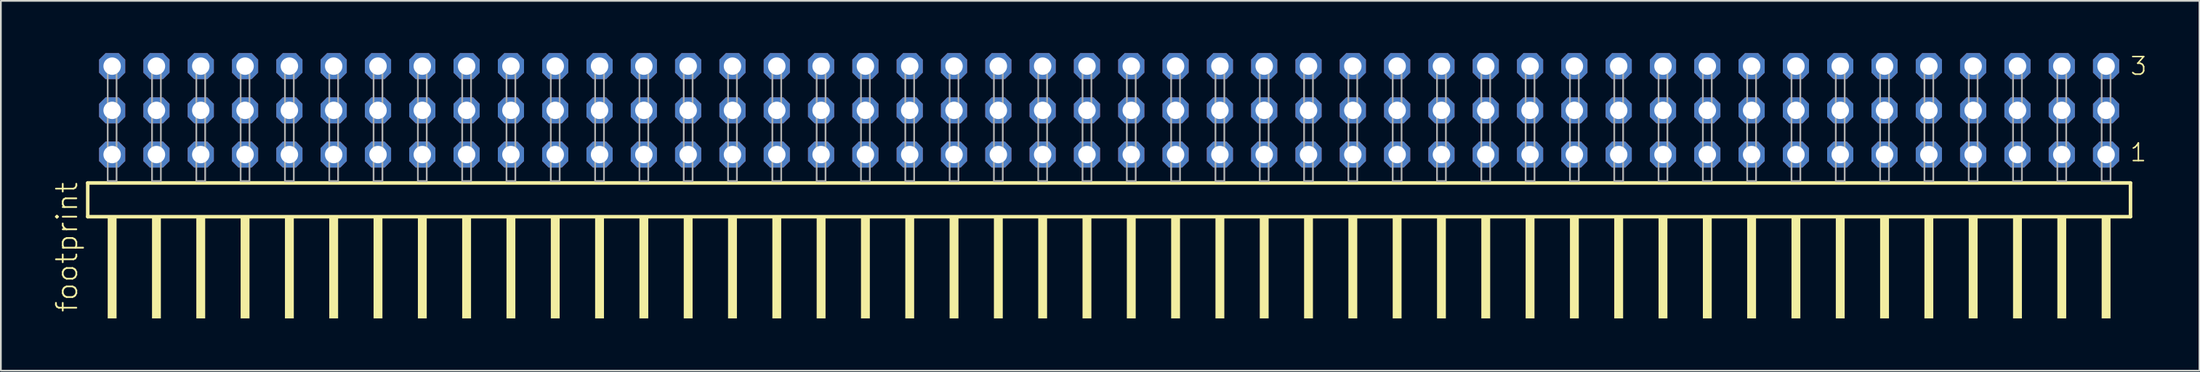
<source format=kicad_pcb>
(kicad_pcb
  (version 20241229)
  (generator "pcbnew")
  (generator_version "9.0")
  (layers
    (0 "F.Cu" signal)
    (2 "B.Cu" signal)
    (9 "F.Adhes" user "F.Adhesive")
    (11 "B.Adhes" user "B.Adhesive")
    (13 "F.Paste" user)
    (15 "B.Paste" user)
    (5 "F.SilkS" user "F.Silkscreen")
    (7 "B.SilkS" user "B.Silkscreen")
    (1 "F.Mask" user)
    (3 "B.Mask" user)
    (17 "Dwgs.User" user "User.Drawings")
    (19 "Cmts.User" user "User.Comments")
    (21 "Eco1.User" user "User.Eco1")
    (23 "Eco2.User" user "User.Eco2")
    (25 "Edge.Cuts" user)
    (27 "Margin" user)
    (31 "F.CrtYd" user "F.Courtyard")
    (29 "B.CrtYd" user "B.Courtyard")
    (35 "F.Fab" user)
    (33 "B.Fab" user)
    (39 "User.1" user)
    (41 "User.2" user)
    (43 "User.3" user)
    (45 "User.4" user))
  (footprint "footprint"
    (layer "F.Cu")
    (at 60.528 7.354)
    (property "Reference" "footprint" (at -59.055 7.62 90) (layer "F.SilkS") (effects (font (size 1.168 1.168) (thickness 0.102)) (justify left bottom)))
    (fp_line (start -58.549 0.106) (end -58.549 2.046) (stroke (width 0.203) (type solid)) (layer "F.SilkS"))
    (fp_line (start -58.549 2.046) (end 58.549 2.046) (stroke (width 0.203) (type solid)) (layer "F.SilkS"))
    (fp_line (start 58.549 0.106) (end -58.549 0.106) (stroke (width 0.203) (type solid)) (layer "F.SilkS"))
    (fp_line (start 58.549 2.046) (end 58.549 0.106) (stroke (width 0.203) (type solid)) (layer "F.SilkS"))
    (fp_poly (pts (xy -57.404 7.89) (xy -56.896 7.89) (xy -56.896 2.04) (xy -57.404 2.04)) (stroke (width 0) (type solid)) (fill yes) (layer "F.SilkS"))
    (fp_poly (pts (xy -54.864 7.89) (xy -54.356 7.89) (xy -54.356 2.04) (xy -54.864 2.04)) (stroke (width 0) (type solid)) (fill yes) (layer "F.SilkS"))
    (fp_poly (pts (xy -52.324 7.89) (xy -51.816 7.89) (xy -51.816 2.04) (xy -52.324 2.04)) (stroke (width 0) (type solid)) (fill yes) (layer "F.SilkS"))
    (fp_poly (pts (xy -49.784 7.89) (xy -49.276 7.89) (xy -49.276 2.04) (xy -49.784 2.04)) (stroke (width 0) (type solid)) (fill yes) (layer "F.SilkS"))
    (fp_poly (pts (xy -47.244 7.89) (xy -46.736 7.89) (xy -46.736 2.04) (xy -47.244 2.04)) (stroke (width 0) (type solid)) (fill yes) (layer "F.SilkS"))
    (fp_poly (pts (xy -44.704 7.89) (xy -44.196 7.89) (xy -44.196 2.04) (xy -44.704 2.04)) (stroke (width 0) (type solid)) (fill yes) (layer "F.SilkS"))
    (fp_poly (pts (xy -42.164 7.89) (xy -41.656 7.89) (xy -41.656 2.04) (xy -42.164 2.04)) (stroke (width 0) (type solid)) (fill yes) (layer "F.SilkS"))
    (fp_poly (pts (xy -39.624 7.89) (xy -39.116 7.89) (xy -39.116 2.04) (xy -39.624 2.04)) (stroke (width 0) (type solid)) (fill yes) (layer "F.SilkS"))
    (fp_poly (pts (xy -37.084 7.89) (xy -36.576 7.89) (xy -36.576 2.04) (xy -37.084 2.04)) (stroke (width 0) (type solid)) (fill yes) (layer "F.SilkS"))
    (fp_poly (pts (xy -34.544 7.89) (xy -34.036 7.89) (xy -34.036 2.04) (xy -34.544 2.04)) (stroke (width 0) (type solid)) (fill yes) (layer "F.SilkS"))
    (fp_poly (pts (xy -32.004 7.89) (xy -31.496 7.89) (xy -31.496 2.04) (xy -32.004 2.04)) (stroke (width 0) (type solid)) (fill yes) (layer "F.SilkS"))
    (fp_poly (pts (xy -29.464 7.89) (xy -28.956 7.89) (xy -28.956 2.04) (xy -29.464 2.04)) (stroke (width 0) (type solid)) (fill yes) (layer "F.SilkS"))
    (fp_poly (pts (xy -26.924 7.89) (xy -26.416 7.89) (xy -26.416 2.04) (xy -26.924 2.04)) (stroke (width 0) (type solid)) (fill yes) (layer "F.SilkS"))
    (fp_poly (pts (xy -24.384 7.89) (xy -23.876 7.89) (xy -23.876 2.04) (xy -24.384 2.04)) (stroke (width 0) (type solid)) (fill yes) (layer "F.SilkS"))
    (fp_poly (pts (xy -21.844 7.89) (xy -21.336 7.89) (xy -21.336 2.04) (xy -21.844 2.04)) (stroke (width 0) (type solid)) (fill yes) (layer "F.SilkS"))
    (fp_poly (pts (xy -19.304 7.89) (xy -18.796 7.89) (xy -18.796 2.04) (xy -19.304 2.04)) (stroke (width 0) (type solid)) (fill yes) (layer "F.SilkS"))
    (fp_poly (pts (xy -16.764 7.89) (xy -16.256 7.89) (xy -16.256 2.04) (xy -16.764 2.04)) (stroke (width 0) (type solid)) (fill yes) (layer "F.SilkS"))
    (fp_poly (pts (xy -14.224 7.89) (xy -13.716 7.89) (xy -13.716 2.04) (xy -14.224 2.04)) (stroke (width 0) (type solid)) (fill yes) (layer "F.SilkS"))
    (fp_poly (pts (xy -11.684 7.89) (xy -11.176 7.89) (xy -11.176 2.04) (xy -11.684 2.04)) (stroke (width 0) (type solid)) (fill yes) (layer "F.SilkS"))
    (fp_poly (pts (xy -9.144 7.89) (xy -8.636 7.89) (xy -8.636 2.04) (xy -9.144 2.04)) (stroke (width 0) (type solid)) (fill yes) (layer "F.SilkS"))
    (fp_poly (pts (xy -6.604 7.89) (xy -6.096 7.89) (xy -6.096 2.04) (xy -6.604 2.04)) (stroke (width 0) (type solid)) (fill yes) (layer "F.SilkS"))
    (fp_poly (pts (xy -4.064 7.89) (xy -3.556 7.89) (xy -3.556 2.04) (xy -4.064 2.04)) (stroke (width 0) (type solid)) (fill yes) (layer "F.SilkS"))
    (fp_poly (pts (xy -1.524 7.89) (xy -1.016 7.89) (xy -1.016 2.04) (xy -1.524 2.04)) (stroke (width 0) (type solid)) (fill yes) (layer "F.SilkS"))
    (fp_poly (pts (xy 1.016 7.89) (xy 1.524 7.89) (xy 1.524 2.04) (xy 1.016 2.04)) (stroke (width 0) (type solid)) (fill yes) (layer "F.SilkS"))
    (fp_poly (pts (xy 3.556 7.89) (xy 4.064 7.89) (xy 4.064 2.04) (xy 3.556 2.04)) (stroke (width 0) (type solid)) (fill yes) (layer "F.SilkS"))
    (fp_poly (pts (xy 6.096 7.89) (xy 6.604 7.89) (xy 6.604 2.04) (xy 6.096 2.04)) (stroke (width 0) (type solid)) (fill yes) (layer "F.SilkS"))
    (fp_poly (pts (xy 8.636 7.89) (xy 9.144 7.89) (xy 9.144 2.04) (xy 8.636 2.04)) (stroke (width 0) (type solid)) (fill yes) (layer "F.SilkS"))
    (fp_poly (pts (xy 11.176 7.89) (xy 11.684 7.89) (xy 11.684 2.04) (xy 11.176 2.04)) (stroke (width 0) (type solid)) (fill yes) (layer "F.SilkS"))
    (fp_poly (pts (xy 13.716 7.89) (xy 14.224 7.89) (xy 14.224 2.04) (xy 13.716 2.04)) (stroke (width 0) (type solid)) (fill yes) (layer "F.SilkS"))
    (fp_poly (pts (xy 16.256 7.89) (xy 16.764 7.89) (xy 16.764 2.04) (xy 16.256 2.04)) (stroke (width 0) (type solid)) (fill yes) (layer "F.SilkS"))
    (fp_poly (pts (xy 18.796 7.89) (xy 19.304 7.89) (xy 19.304 2.04) (xy 18.796 2.04)) (stroke (width 0) (type solid)) (fill yes) (layer "F.SilkS"))
    (fp_poly (pts (xy 21.336 7.89) (xy 21.844 7.89) (xy 21.844 2.04) (xy 21.336 2.04)) (stroke (width 0) (type solid)) (fill yes) (layer "F.SilkS"))
    (fp_poly (pts (xy 23.876 7.89) (xy 24.384 7.89) (xy 24.384 2.04) (xy 23.876 2.04)) (stroke (width 0) (type solid)) (fill yes) (layer "F.SilkS"))
    (fp_poly (pts (xy 26.416 7.89) (xy 26.924 7.89) (xy 26.924 2.04) (xy 26.416 2.04)) (stroke (width 0) (type solid)) (fill yes) (layer "F.SilkS"))
    (fp_poly (pts (xy 28.956 7.89) (xy 29.464 7.89) (xy 29.464 2.04) (xy 28.956 2.04)) (stroke (width 0) (type solid)) (fill yes) (layer "F.SilkS"))
    (fp_poly (pts (xy 31.496 7.89) (xy 32.004 7.89) (xy 32.004 2.04) (xy 31.496 2.04)) (stroke (width 0) (type solid)) (fill yes) (layer "F.SilkS"))
    (fp_poly (pts (xy 34.036 7.89) (xy 34.544 7.89) (xy 34.544 2.04) (xy 34.036 2.04)) (stroke (width 0) (type solid)) (fill yes) (layer "F.SilkS"))
    (fp_poly (pts (xy 36.576 7.89) (xy 37.084 7.89) (xy 37.084 2.04) (xy 36.576 2.04)) (stroke (width 0) (type solid)) (fill yes) (layer "F.SilkS"))
    (fp_poly (pts (xy 39.116 7.89) (xy 39.624 7.89) (xy 39.624 2.04) (xy 39.116 2.04)) (stroke (width 0) (type solid)) (fill yes) (layer "F.SilkS"))
    (fp_poly (pts (xy 41.656 7.89) (xy 42.164 7.89) (xy 42.164 2.04) (xy 41.656 2.04)) (stroke (width 0) (type solid)) (fill yes) (layer "F.SilkS"))
    (fp_poly (pts (xy 44.196 7.89) (xy 44.704 7.89) (xy 44.704 2.04) (xy 44.196 2.04)) (stroke (width 0) (type solid)) (fill yes) (layer "F.SilkS"))
    (fp_poly (pts (xy 46.736 7.89) (xy 47.244 7.89) (xy 47.244 2.04) (xy 46.736 2.04)) (stroke (width 0) (type solid)) (fill yes) (layer "F.SilkS"))
    (fp_poly (pts (xy 49.276 7.89) (xy 49.784 7.89) (xy 49.784 2.04) (xy 49.276 2.04)) (stroke (width 0) (type solid)) (fill yes) (layer "F.SilkS"))
    (fp_poly (pts (xy 51.816 7.89) (xy 52.324 7.89) (xy 52.324 2.04) (xy 51.816 2.04)) (stroke (width 0) (type solid)) (fill yes) (layer "F.SilkS"))
    (fp_poly (pts (xy 54.356 7.89) (xy 54.864 7.89) (xy 54.864 2.04) (xy 54.356 2.04)) (stroke (width 0) (type solid)) (fill yes) (layer "F.SilkS"))
    (fp_poly (pts (xy 56.896 7.89) (xy 57.404 7.89) (xy 57.404 2.04) (xy 56.896 2.04)) (stroke (width 0) (type solid)) (fill yes) (layer "F.SilkS"))
    (fp_poly (pts (xy -57.404 0) (xy -56.896 0) (xy -56.896 -6.858) (xy -57.404 -6.858)) (stroke (width 0.1) (type solid)) (fill no) (layer "F.Fab"))
    (fp_poly (pts (xy -54.864 0) (xy -54.356 0) (xy -54.356 -6.858) (xy -54.864 -6.858)) (stroke (width 0.1) (type solid)) (fill no) (layer "F.Fab"))
    (fp_poly (pts (xy -52.324 0) (xy -51.816 0) (xy -51.816 -6.858) (xy -52.324 -6.858)) (stroke (width 0.1) (type solid)) (fill no) (layer "F.Fab"))
    (fp_poly (pts (xy -49.784 0) (xy -49.276 0) (xy -49.276 -6.858) (xy -49.784 -6.858)) (stroke (width 0.1) (type solid)) (fill no) (layer "F.Fab"))
    (fp_poly (pts (xy -47.244 0) (xy -46.736 0) (xy -46.736 -6.858) (xy -47.244 -6.858)) (stroke (width 0.1) (type solid)) (fill no) (layer "F.Fab"))
    (fp_poly (pts (xy -44.704 0) (xy -44.196 0) (xy -44.196 -6.858) (xy -44.704 -6.858)) (stroke (width 0.1) (type solid)) (fill no) (layer "F.Fab"))
    (fp_poly (pts (xy -42.164 0) (xy -41.656 0) (xy -41.656 -6.858) (xy -42.164 -6.858)) (stroke (width 0.1) (type solid)) (fill no) (layer "F.Fab"))
    (fp_poly (pts (xy -39.624 0) (xy -39.116 0) (xy -39.116 -6.858) (xy -39.624 -6.858)) (stroke (width 0.1) (type solid)) (fill no) (layer "F.Fab"))
    (fp_poly (pts (xy -37.084 0) (xy -36.576 0) (xy -36.576 -6.858) (xy -37.084 -6.858)) (stroke (width 0.1) (type solid)) (fill no) (layer "F.Fab"))
    (fp_poly (pts (xy -34.544 0) (xy -34.036 0) (xy -34.036 -6.858) (xy -34.544 -6.858)) (stroke (width 0.1) (type solid)) (fill no) (layer "F.Fab"))
    (fp_poly (pts (xy -32.004 0) (xy -31.496 0) (xy -31.496 -6.858) (xy -32.004 -6.858)) (stroke (width 0.1) (type solid)) (fill no) (layer "F.Fab"))
    (fp_poly (pts (xy -29.464 0) (xy -28.956 0) (xy -28.956 -6.858) (xy -29.464 -6.858)) (stroke (width 0.1) (type solid)) (fill no) (layer "F.Fab"))
    (fp_poly (pts (xy -26.924 0) (xy -26.416 0) (xy -26.416 -6.858) (xy -26.924 -6.858)) (stroke (width 0.1) (type solid)) (fill no) (layer "F.Fab"))
    (fp_poly (pts (xy -24.384 0) (xy -23.876 0) (xy -23.876 -6.858) (xy -24.384 -6.858)) (stroke (width 0.1) (type solid)) (fill no) (layer "F.Fab"))
    (fp_poly (pts (xy -21.844 0) (xy -21.336 0) (xy -21.336 -6.858) (xy -21.844 -6.858)) (stroke (width 0.1) (type solid)) (fill no) (layer "F.Fab"))
    (fp_poly (pts (xy -19.304 0) (xy -18.796 0) (xy -18.796 -6.858) (xy -19.304 -6.858)) (stroke (width 0.1) (type solid)) (fill no) (layer "F.Fab"))
    (fp_poly (pts (xy -16.764 0) (xy -16.256 0) (xy -16.256 -6.858) (xy -16.764 -6.858)) (stroke (width 0.1) (type solid)) (fill no) (layer "F.Fab"))
    (fp_poly (pts (xy -14.224 0) (xy -13.716 0) (xy -13.716 -6.858) (xy -14.224 -6.858)) (stroke (width 0.1) (type solid)) (fill no) (layer "F.Fab"))
    (fp_poly (pts (xy -11.684 0) (xy -11.176 0) (xy -11.176 -6.858) (xy -11.684 -6.858)) (stroke (width 0.1) (type solid)) (fill no) (layer "F.Fab"))
    (fp_poly (pts (xy -9.144 0) (xy -8.636 0) (xy -8.636 -6.858) (xy -9.144 -6.858)) (stroke (width 0.1) (type solid)) (fill no) (layer "F.Fab"))
    (fp_poly (pts (xy -6.604 0) (xy -6.096 0) (xy -6.096 -6.858) (xy -6.604 -6.858)) (stroke (width 0.1) (type solid)) (fill no) (layer "F.Fab"))
    (fp_poly (pts (xy -4.064 0) (xy -3.556 0) (xy -3.556 -6.858) (xy -4.064 -6.858)) (stroke (width 0.1) (type solid)) (fill no) (layer "F.Fab"))
    (fp_poly (pts (xy -1.524 0) (xy -1.016 0) (xy -1.016 -6.858) (xy -1.524 -6.858)) (stroke (width 0.1) (type solid)) (fill no) (layer "F.Fab"))
    (fp_poly (pts (xy 1.016 0) (xy 1.524 0) (xy 1.524 -6.858) (xy 1.016 -6.858)) (stroke (width 0.1) (type solid)) (fill no) (layer "F.Fab"))
    (fp_poly (pts (xy 3.556 0) (xy 4.064 0) (xy 4.064 -6.858) (xy 3.556 -6.858)) (stroke (width 0.1) (type solid)) (fill no) (layer "F.Fab"))
    (fp_poly (pts (xy 6.096 0) (xy 6.604 0) (xy 6.604 -6.858) (xy 6.096 -6.858)) (stroke (width 0.1) (type solid)) (fill no) (layer "F.Fab"))
    (fp_poly (pts (xy 8.636 0) (xy 9.144 0) (xy 9.144 -6.858) (xy 8.636 -6.858)) (stroke (width 0.1) (type solid)) (fill no) (layer "F.Fab"))
    (fp_poly (pts (xy 11.176 0) (xy 11.684 0) (xy 11.684 -6.858) (xy 11.176 -6.858)) (stroke (width 0.1) (type solid)) (fill no) (layer "F.Fab"))
    (fp_poly (pts (xy 13.716 0) (xy 14.224 0) (xy 14.224 -6.858) (xy 13.716 -6.858)) (stroke (width 0.1) (type solid)) (fill no) (layer "F.Fab"))
    (fp_poly (pts (xy 16.256 0) (xy 16.764 0) (xy 16.764 -6.858) (xy 16.256 -6.858)) (stroke (width 0.1) (type solid)) (fill no) (layer "F.Fab"))
    (fp_poly (pts (xy 18.796 0) (xy 19.304 0) (xy 19.304 -6.858) (xy 18.796 -6.858)) (stroke (width 0.1) (type solid)) (fill no) (layer "F.Fab"))
    (fp_poly (pts (xy 21.336 0) (xy 21.844 0) (xy 21.844 -6.858) (xy 21.336 -6.858)) (stroke (width 0.1) (type solid)) (fill no) (layer "F.Fab"))
    (fp_poly (pts (xy 23.876 0) (xy 24.384 0) (xy 24.384 -6.858) (xy 23.876 -6.858)) (stroke (width 0.1) (type solid)) (fill no) (layer "F.Fab"))
    (fp_poly (pts (xy 26.416 0) (xy 26.924 0) (xy 26.924 -6.858) (xy 26.416 -6.858)) (stroke (width 0.1) (type solid)) (fill no) (layer "F.Fab"))
    (fp_poly (pts (xy 28.956 0) (xy 29.464 0) (xy 29.464 -6.858) (xy 28.956 -6.858)) (stroke (width 0.1) (type solid)) (fill no) (layer "F.Fab"))
    (fp_poly (pts (xy 31.496 0) (xy 32.004 0) (xy 32.004 -6.858) (xy 31.496 -6.858)) (stroke (width 0.1) (type solid)) (fill no) (layer "F.Fab"))
    (fp_poly (pts (xy 34.036 0) (xy 34.544 0) (xy 34.544 -6.858) (xy 34.036 -6.858)) (stroke (width 0.1) (type solid)) (fill no) (layer "F.Fab"))
    (fp_poly (pts (xy 36.576 0) (xy 37.084 0) (xy 37.084 -6.858) (xy 36.576 -6.858)) (stroke (width 0.1) (type solid)) (fill no) (layer "F.Fab"))
    (fp_poly (pts (xy 39.116 0) (xy 39.624 0) (xy 39.624 -6.858) (xy 39.116 -6.858)) (stroke (width 0.1) (type solid)) (fill no) (layer "F.Fab"))
    (fp_poly (pts (xy 41.656 0) (xy 42.164 0) (xy 42.164 -6.858) (xy 41.656 -6.858)) (stroke (width 0.1) (type solid)) (fill no) (layer "F.Fab"))
    (fp_poly (pts (xy 44.196 0) (xy 44.704 0) (xy 44.704 -6.858) (xy 44.196 -6.858)) (stroke (width 0.1) (type solid)) (fill no) (layer "F.Fab"))
    (fp_poly (pts (xy 46.736 0) (xy 47.244 0) (xy 47.244 -6.858) (xy 46.736 -6.858)) (stroke (width 0.1) (type solid)) (fill no) (layer "F.Fab"))
    (fp_poly (pts (xy 49.276 0) (xy 49.784 0) (xy 49.784 -6.858) (xy 49.276 -6.858)) (stroke (width 0.1) (type solid)) (fill no) (layer "F.Fab"))
    (fp_poly (pts (xy 51.816 0) (xy 52.324 0) (xy 52.324 -6.858) (xy 51.816 -6.858)) (stroke (width 0.1) (type solid)) (fill no) (layer "F.Fab"))
    (fp_poly (pts (xy 54.356 0) (xy 54.864 0) (xy 54.864 -6.858) (xy 54.356 -6.858)) (stroke (width 0.1) (type solid)) (fill no) (layer "F.Fab"))
    (fp_poly (pts (xy 56.896 0) (xy 57.404 0) (xy 57.404 -6.858) (xy 56.896 -6.858)) (stroke (width 0.1) (type solid)) (fill no) (layer "F.Fab"))
    (fp_text user "3" (at 58.475 -6.015 0) (layer "F.SilkS") (effects (font (size 1.012 1.012) (thickness 0.088)) (justify left bottom)))
    (fp_text user "1" (at 58.46 -1.05 0) (layer "F.SilkS") (effects (font (size 1.012 1.012) (thickness 0.088)) (justify left bottom)))
    (pad "1" thru_hole roundrect (at 57.15 -1.524 180) (size 1.5 1.5) (drill 1) (layers "*.Cu" "*.Mask") (roundrect_rratio 0.25) (chamfer_ratio 0.25) (chamfer top_left top_right bottom_left bottom_right))
    (pad "2" thru_hole roundrect (at 57.15 -4.064 180) (size 1.5 1.5) (drill 1) (layers "*.Cu" "*.Mask") (roundrect_rratio 0.25) (chamfer_ratio 0.25) (chamfer top_left top_right bottom_left bottom_right))
    (pad "3" thru_hole roundrect (at 57.15 -6.604 180) (size 1.5 1.5) (drill 1) (layers "*.Cu" "*.Mask") (roundrect_rratio 0.25) (chamfer_ratio 0.25) (chamfer top_left top_right bottom_left bottom_right))
    (pad "4" thru_hole roundrect (at 54.61 -1.524 180) (size 1.5 1.5) (drill 1) (layers "*.Cu" "*.Mask") (roundrect_rratio 0.25) (chamfer_ratio 0.25) (chamfer top_left top_right bottom_left bottom_right))
    (pad "5" thru_hole roundrect (at 54.61 -4.064 180) (size 1.5 1.5) (drill 1) (layers "*.Cu" "*.Mask") (roundrect_rratio 0.25) (chamfer_ratio 0.25) (chamfer top_left top_right bottom_left bottom_right))
    (pad "6" thru_hole roundrect (at 54.61 -6.604 180) (size 1.5 1.5) (drill 1) (layers "*.Cu" "*.Mask") (roundrect_rratio 0.25) (chamfer_ratio 0.25) (chamfer top_left top_right bottom_left bottom_right))
    (pad "7" thru_hole roundrect (at 52.07 -1.524 180) (size 1.5 1.5) (drill 1) (layers "*.Cu" "*.Mask") (roundrect_rratio 0.25) (chamfer_ratio 0.25) (chamfer top_left top_right bottom_left bottom_right))
    (pad "8" thru_hole roundrect (at 52.07 -4.064 180) (size 1.5 1.5) (drill 1) (layers "*.Cu" "*.Mask") (roundrect_rratio 0.25) (chamfer_ratio 0.25) (chamfer top_left top_right bottom_left bottom_right))
    (pad "9" thru_hole roundrect (at 52.07 -6.604 180) (size 1.5 1.5) (drill 1) (layers "*.Cu" "*.Mask") (roundrect_rratio 0.25) (chamfer_ratio 0.25) (chamfer top_left top_right bottom_left bottom_right))
    (pad "10" thru_hole roundrect (at 49.53 -1.524 180) (size 1.5 1.5) (drill 1) (layers "*.Cu" "*.Mask") (roundrect_rratio 0.25) (chamfer_ratio 0.25) (chamfer top_left top_right bottom_left bottom_right))
    (pad "11" thru_hole roundrect (at 49.53 -4.064 180) (size 1.5 1.5) (drill 1) (layers "*.Cu" "*.Mask") (roundrect_rratio 0.25) (chamfer_ratio 0.25) (chamfer top_left top_right bottom_left bottom_right))
    (pad "12" thru_hole roundrect (at 49.53 -6.604 180) (size 1.5 1.5) (drill 1) (layers "*.Cu" "*.Mask") (roundrect_rratio 0.25) (chamfer_ratio 0.25) (chamfer top_left top_right bottom_left bottom_right))
    (pad "13" thru_hole roundrect (at 46.99 -1.524 180) (size 1.5 1.5) (drill 1) (layers "*.Cu" "*.Mask") (roundrect_rratio 0.25) (chamfer_ratio 0.25) (chamfer top_left top_right bottom_left bottom_right))
    (pad "14" thru_hole roundrect (at 46.99 -4.064 180) (size 1.5 1.5) (drill 1) (layers "*.Cu" "*.Mask") (roundrect_rratio 0.25) (chamfer_ratio 0.25) (chamfer top_left top_right bottom_left bottom_right))
    (pad "15" thru_hole roundrect (at 46.99 -6.604 180) (size 1.5 1.5) (drill 1) (layers "*.Cu" "*.Mask") (roundrect_rratio 0.25) (chamfer_ratio 0.25) (chamfer top_left top_right bottom_left bottom_right))
    (pad "16" thru_hole roundrect (at 44.45 -1.524 180) (size 1.5 1.5) (drill 1) (layers "*.Cu" "*.Mask") (roundrect_rratio 0.25) (chamfer_ratio 0.25) (chamfer top_left top_right bottom_left bottom_right))
    (pad "17" thru_hole roundrect (at 44.45 -4.064 180) (size 1.5 1.5) (drill 1) (layers "*.Cu" "*.Mask") (roundrect_rratio 0.25) (chamfer_ratio 0.25) (chamfer top_left top_right bottom_left bottom_right))
    (pad "18" thru_hole roundrect (at 44.45 -6.604 180) (size 1.5 1.5) (drill 1) (layers "*.Cu" "*.Mask") (roundrect_rratio 0.25) (chamfer_ratio 0.25) (chamfer top_left top_right bottom_left bottom_right))
    (pad "19" thru_hole roundrect (at 41.91 -1.524 180) (size 1.5 1.5) (drill 1) (layers "*.Cu" "*.Mask") (roundrect_rratio 0.25) (chamfer_ratio 0.25) (chamfer top_left top_right bottom_left bottom_right))
    (pad "20" thru_hole roundrect (at 41.91 -4.064 180) (size 1.5 1.5) (drill 1) (layers "*.Cu" "*.Mask") (roundrect_rratio 0.25) (chamfer_ratio 0.25) (chamfer top_left top_right bottom_left bottom_right))
    (pad "21" thru_hole roundrect (at 41.91 -6.604 180) (size 1.5 1.5) (drill 1) (layers "*.Cu" "*.Mask") (roundrect_rratio 0.25) (chamfer_ratio 0.25) (chamfer top_left top_right bottom_left bottom_right))
    (pad "22" thru_hole roundrect (at 39.37 -1.524 180) (size 1.5 1.5) (drill 1) (layers "*.Cu" "*.Mask") (roundrect_rratio 0.25) (chamfer_ratio 0.25) (chamfer top_left top_right bottom_left bottom_right))
    (pad "23" thru_hole roundrect (at 39.37 -4.064 180) (size 1.5 1.5) (drill 1) (layers "*.Cu" "*.Mask") (roundrect_rratio 0.25) (chamfer_ratio 0.25) (chamfer top_left top_right bottom_left bottom_right))
    (pad "24" thru_hole roundrect (at 39.37 -6.604 180) (size 1.5 1.5) (drill 1) (layers "*.Cu" "*.Mask") (roundrect_rratio 0.25) (chamfer_ratio 0.25) (chamfer top_left top_right bottom_left bottom_right))
    (pad "25" thru_hole roundrect (at 36.83 -1.524 180) (size 1.5 1.5) (drill 1) (layers "*.Cu" "*.Mask") (roundrect_rratio 0.25) (chamfer_ratio 0.25) (chamfer top_left top_right bottom_left bottom_right))
    (pad "26" thru_hole roundrect (at 36.83 -4.064 180) (size 1.5 1.5) (drill 1) (layers "*.Cu" "*.Mask") (roundrect_rratio 0.25) (chamfer_ratio 0.25) (chamfer top_left top_right bottom_left bottom_right))
    (pad "27" thru_hole roundrect (at 36.83 -6.604 180) (size 1.5 1.5) (drill 1) (layers "*.Cu" "*.Mask") (roundrect_rratio 0.25) (chamfer_ratio 0.25) (chamfer top_left top_right bottom_left bottom_right))
    (pad "28" thru_hole roundrect (at 34.29 -1.524 180) (size 1.5 1.5) (drill 1) (layers "*.Cu" "*.Mask") (roundrect_rratio 0.25) (chamfer_ratio 0.25) (chamfer top_left top_right bottom_left bottom_right))
    (pad "29" thru_hole roundrect (at 34.29 -4.064 180) (size 1.5 1.5) (drill 1) (layers "*.Cu" "*.Mask") (roundrect_rratio 0.25) (chamfer_ratio 0.25) (chamfer top_left top_right bottom_left bottom_right))
    (pad "30" thru_hole roundrect (at 34.29 -6.604 180) (size 1.5 1.5) (drill 1) (layers "*.Cu" "*.Mask") (roundrect_rratio 0.25) (chamfer_ratio 0.25) (chamfer top_left top_right bottom_left bottom_right))
    (pad "31" thru_hole roundrect (at 31.75 -1.524 180) (size 1.5 1.5) (drill 1) (layers "*.Cu" "*.Mask") (roundrect_rratio 0.25) (chamfer_ratio 0.25) (chamfer top_left top_right bottom_left bottom_right))
    (pad "32" thru_hole roundrect (at 31.75 -4.064 180) (size 1.5 1.5) (drill 1) (layers "*.Cu" "*.Mask") (roundrect_rratio 0.25) (chamfer_ratio 0.25) (chamfer top_left top_right bottom_left bottom_right))
    (pad "33" thru_hole roundrect (at 31.75 -6.604 180) (size 1.5 1.5) (drill 1) (layers "*.Cu" "*.Mask") (roundrect_rratio 0.25) (chamfer_ratio 0.25) (chamfer top_left top_right bottom_left bottom_right))
    (pad "34" thru_hole roundrect (at 29.21 -1.524 180) (size 1.5 1.5) (drill 1) (layers "*.Cu" "*.Mask") (roundrect_rratio 0.25) (chamfer_ratio 0.25) (chamfer top_left top_right bottom_left bottom_right))
    (pad "35" thru_hole roundrect (at 29.21 -4.064 180) (size 1.5 1.5) (drill 1) (layers "*.Cu" "*.Mask") (roundrect_rratio 0.25) (chamfer_ratio 0.25) (chamfer top_left top_right bottom_left bottom_right))
    (pad "36" thru_hole roundrect (at 29.21 -6.604 180) (size 1.5 1.5) (drill 1) (layers "*.Cu" "*.Mask") (roundrect_rratio 0.25) (chamfer_ratio 0.25) (chamfer top_left top_right bottom_left bottom_right))
    (pad "37" thru_hole roundrect (at 26.67 -1.524 180) (size 1.5 1.5) (drill 1) (layers "*.Cu" "*.Mask") (roundrect_rratio 0.25) (chamfer_ratio 0.25) (chamfer top_left top_right bottom_left bottom_right))
    (pad "38" thru_hole roundrect (at 26.67 -4.064 180) (size 1.5 1.5) (drill 1) (layers "*.Cu" "*.Mask") (roundrect_rratio 0.25) (chamfer_ratio 0.25) (chamfer top_left top_right bottom_left bottom_right))
    (pad "39" thru_hole roundrect (at 26.67 -6.604 180) (size 1.5 1.5) (drill 1) (layers "*.Cu" "*.Mask") (roundrect_rratio 0.25) (chamfer_ratio 0.25) (chamfer top_left top_right bottom_left bottom_right))
    (pad "40" thru_hole roundrect (at 24.13 -1.524 180) (size 1.5 1.5) (drill 1) (layers "*.Cu" "*.Mask") (roundrect_rratio 0.25) (chamfer_ratio 0.25) (chamfer top_left top_right bottom_left bottom_right))
    (pad "41" thru_hole roundrect (at 24.13 -4.064 180) (size 1.5 1.5) (drill 1) (layers "*.Cu" "*.Mask") (roundrect_rratio 0.25) (chamfer_ratio 0.25) (chamfer top_left top_right bottom_left bottom_right))
    (pad "42" thru_hole roundrect (at 24.13 -6.604 180) (size 1.5 1.5) (drill 1) (layers "*.Cu" "*.Mask") (roundrect_rratio 0.25) (chamfer_ratio 0.25) (chamfer top_left top_right bottom_left bottom_right))
    (pad "43" thru_hole roundrect (at 21.59 -1.524 180) (size 1.5 1.5) (drill 1) (layers "*.Cu" "*.Mask") (roundrect_rratio 0.25) (chamfer_ratio 0.25) (chamfer top_left top_right bottom_left bottom_right))
    (pad "44" thru_hole roundrect (at 21.59 -4.064 180) (size 1.5 1.5) (drill 1) (layers "*.Cu" "*.Mask") (roundrect_rratio 0.25) (chamfer_ratio 0.25) (chamfer top_left top_right bottom_left bottom_right))
    (pad "45" thru_hole roundrect (at 21.59 -6.604 180) (size 1.5 1.5) (drill 1) (layers "*.Cu" "*.Mask") (roundrect_rratio 0.25) (chamfer_ratio 0.25) (chamfer top_left top_right bottom_left bottom_right))
    (pad "46" thru_hole roundrect (at 19.05 -1.524 180) (size 1.5 1.5) (drill 1) (layers "*.Cu" "*.Mask") (roundrect_rratio 0.25) (chamfer_ratio 0.25) (chamfer top_left top_right bottom_left bottom_right))
    (pad "47" thru_hole roundrect (at 19.05 -4.064 180) (size 1.5 1.5) (drill 1) (layers "*.Cu" "*.Mask") (roundrect_rratio 0.25) (chamfer_ratio 0.25) (chamfer top_left top_right bottom_left bottom_right))
    (pad "48" thru_hole roundrect (at 19.05 -6.604 180) (size 1.5 1.5) (drill 1) (layers "*.Cu" "*.Mask") (roundrect_rratio 0.25) (chamfer_ratio 0.25) (chamfer top_left top_right bottom_left bottom_right))
    (pad "49" thru_hole roundrect (at 16.51 -1.524 180) (size 1.5 1.5) (drill 1) (layers "*.Cu" "*.Mask") (roundrect_rratio 0.25) (chamfer_ratio 0.25) (chamfer top_left top_right bottom_left bottom_right))
    (pad "50" thru_hole roundrect (at 16.51 -4.064 180) (size 1.5 1.5) (drill 1) (layers "*.Cu" "*.Mask") (roundrect_rratio 0.25) (chamfer_ratio 0.25) (chamfer top_left top_right bottom_left bottom_right))
    (pad "51" thru_hole roundrect (at 16.51 -6.604 180) (size 1.5 1.5) (drill 1) (layers "*.Cu" "*.Mask") (roundrect_rratio 0.25) (chamfer_ratio 0.25) (chamfer top_left top_right bottom_left bottom_right))
    (pad "52" thru_hole roundrect (at 13.97 -1.524 180) (size 1.5 1.5) (drill 1) (layers "*.Cu" "*.Mask") (roundrect_rratio 0.25) (chamfer_ratio 0.25) (chamfer top_left top_right bottom_left bottom_right))
    (pad "53" thru_hole roundrect (at 13.97 -4.064 180) (size 1.5 1.5) (drill 1) (layers "*.Cu" "*.Mask") (roundrect_rratio 0.25) (chamfer_ratio 0.25) (chamfer top_left top_right bottom_left bottom_right))
    (pad "54" thru_hole roundrect (at 13.97 -6.604 180) (size 1.5 1.5) (drill 1) (layers "*.Cu" "*.Mask") (roundrect_rratio 0.25) (chamfer_ratio 0.25) (chamfer top_left top_right bottom_left bottom_right))
    (pad "55" thru_hole roundrect (at 11.43 -1.524 180) (size 1.5 1.5) (drill 1) (layers "*.Cu" "*.Mask") (roundrect_rratio 0.25) (chamfer_ratio 0.25) (chamfer top_left top_right bottom_left bottom_right))
    (pad "56" thru_hole roundrect (at 11.43 -4.064 180) (size 1.5 1.5) (drill 1) (layers "*.Cu" "*.Mask") (roundrect_rratio 0.25) (chamfer_ratio 0.25) (chamfer top_left top_right bottom_left bottom_right))
    (pad "57" thru_hole roundrect (at 11.43 -6.604 180) (size 1.5 1.5) (drill 1) (layers "*.Cu" "*.Mask") (roundrect_rratio 0.25) (chamfer_ratio 0.25) (chamfer top_left top_right bottom_left bottom_right))
    (pad "58" thru_hole roundrect (at 8.89 -1.524 180) (size 1.5 1.5) (drill 1) (layers "*.Cu" "*.Mask") (roundrect_rratio 0.25) (chamfer_ratio 0.25) (chamfer top_left top_right bottom_left bottom_right))
    (pad "59" thru_hole roundrect (at 8.89 -4.064 180) (size 1.5 1.5) (drill 1) (layers "*.Cu" "*.Mask") (roundrect_rratio 0.25) (chamfer_ratio 0.25) (chamfer top_left top_right bottom_left bottom_right))
    (pad "60" thru_hole roundrect (at 8.89 -6.604 180) (size 1.5 1.5) (drill 1) (layers "*.Cu" "*.Mask") (roundrect_rratio 0.25) (chamfer_ratio 0.25) (chamfer top_left top_right bottom_left bottom_right))
    (pad "61" thru_hole roundrect (at 6.35 -1.524 180) (size 1.5 1.5) (drill 1) (layers "*.Cu" "*.Mask") (roundrect_rratio 0.25) (chamfer_ratio 0.25) (chamfer top_left top_right bottom_left bottom_right))
    (pad "62" thru_hole roundrect (at 6.35 -4.064 180) (size 1.5 1.5) (drill 1) (layers "*.Cu" "*.Mask") (roundrect_rratio 0.25) (chamfer_ratio 0.25) (chamfer top_left top_right bottom_left bottom_right))
    (pad "63" thru_hole roundrect (at 6.35 -6.604 180) (size 1.5 1.5) (drill 1) (layers "*.Cu" "*.Mask") (roundrect_rratio 0.25) (chamfer_ratio 0.25) (chamfer top_left top_right bottom_left bottom_right))
    (pad "64" thru_hole roundrect (at 3.81 -1.524 180) (size 1.5 1.5) (drill 1) (layers "*.Cu" "*.Mask") (roundrect_rratio 0.25) (chamfer_ratio 0.25) (chamfer top_left top_right bottom_left bottom_right))
    (pad "65" thru_hole roundrect (at 3.81 -4.064 180) (size 1.5 1.5) (drill 1) (layers "*.Cu" "*.Mask") (roundrect_rratio 0.25) (chamfer_ratio 0.25) (chamfer top_left top_right bottom_left bottom_right))
    (pad "66" thru_hole roundrect (at 3.81 -6.604 180) (size 1.5 1.5) (drill 1) (layers "*.Cu" "*.Mask") (roundrect_rratio 0.25) (chamfer_ratio 0.25) (chamfer top_left top_right bottom_left bottom_right))
    (pad "67" thru_hole roundrect (at 1.27 -1.524 180) (size 1.5 1.5) (drill 1) (layers "*.Cu" "*.Mask") (roundrect_rratio 0.25) (chamfer_ratio 0.25) (chamfer top_left top_right bottom_left bottom_right))
    (pad "68" thru_hole roundrect (at 1.27 -4.064 180) (size 1.5 1.5) (drill 1) (layers "*.Cu" "*.Mask") (roundrect_rratio 0.25) (chamfer_ratio 0.25) (chamfer top_left top_right bottom_left bottom_right))
    (pad "69" thru_hole roundrect (at 1.27 -6.604 180) (size 1.5 1.5) (drill 1) (layers "*.Cu" "*.Mask") (roundrect_rratio 0.25) (chamfer_ratio 0.25) (chamfer top_left top_right bottom_left bottom_right))
    (pad "70" thru_hole roundrect (at -1.27 -1.524 180) (size 1.5 1.5) (drill 1) (layers "*.Cu" "*.Mask") (roundrect_rratio 0.25) (chamfer_ratio 0.25) (chamfer top_left top_right bottom_left bottom_right))
    (pad "71" thru_hole roundrect (at -1.27 -4.064 180) (size 1.5 1.5) (drill 1) (layers "*.Cu" "*.Mask") (roundrect_rratio 0.25) (chamfer_ratio 0.25) (chamfer top_left top_right bottom_left bottom_right))
    (pad "72" thru_hole roundrect (at -1.27 -6.604 180) (size 1.5 1.5) (drill 1) (layers "*.Cu" "*.Mask") (roundrect_rratio 0.25) (chamfer_ratio 0.25) (chamfer top_left top_right bottom_left bottom_right))
    (pad "73" thru_hole roundrect (at -3.81 -1.524 180) (size 1.5 1.5) (drill 1) (layers "*.Cu" "*.Mask") (roundrect_rratio 0.25) (chamfer_ratio 0.25) (chamfer top_left top_right bottom_left bottom_right))
    (pad "74" thru_hole roundrect (at -3.81 -4.064 180) (size 1.5 1.5) (drill 1) (layers "*.Cu" "*.Mask") (roundrect_rratio 0.25) (chamfer_ratio 0.25) (chamfer top_left top_right bottom_left bottom_right))
    (pad "75" thru_hole roundrect (at -3.81 -6.604 180) (size 1.5 1.5) (drill 1) (layers "*.Cu" "*.Mask") (roundrect_rratio 0.25) (chamfer_ratio 0.25) (chamfer top_left top_right bottom_left bottom_right))
    (pad "76" thru_hole roundrect (at -6.35 -1.524 180) (size 1.5 1.5) (drill 1) (layers "*.Cu" "*.Mask") (roundrect_rratio 0.25) (chamfer_ratio 0.25) (chamfer top_left top_right bottom_left bottom_right))
    (pad "77" thru_hole roundrect (at -6.35 -4.064 180) (size 1.5 1.5) (drill 1) (layers "*.Cu" "*.Mask") (roundrect_rratio 0.25) (chamfer_ratio 0.25) (chamfer top_left top_right bottom_left bottom_right))
    (pad "78" thru_hole roundrect (at -6.35 -6.604 180) (size 1.5 1.5) (drill 1) (layers "*.Cu" "*.Mask") (roundrect_rratio 0.25) (chamfer_ratio 0.25) (chamfer top_left top_right bottom_left bottom_right))
    (pad "79" thru_hole roundrect (at -8.89 -1.524 180) (size 1.5 1.5) (drill 1) (layers "*.Cu" "*.Mask") (roundrect_rratio 0.25) (chamfer_ratio 0.25) (chamfer top_left top_right bottom_left bottom_right))
    (pad "80" thru_hole roundrect (at -8.89 -4.064 180) (size 1.5 1.5) (drill 1) (layers "*.Cu" "*.Mask") (roundrect_rratio 0.25) (chamfer_ratio 0.25) (chamfer top_left top_right bottom_left bottom_right))
    (pad "81" thru_hole roundrect (at -8.89 -6.604 180) (size 1.5 1.5) (drill 1) (layers "*.Cu" "*.Mask") (roundrect_rratio 0.25) (chamfer_ratio 0.25) (chamfer top_left top_right bottom_left bottom_right))
    (pad "82" thru_hole roundrect (at -11.43 -1.524 180) (size 1.5 1.5) (drill 1) (layers "*.Cu" "*.Mask") (roundrect_rratio 0.25) (chamfer_ratio 0.25) (chamfer top_left top_right bottom_left bottom_right))
    (pad "83" thru_hole roundrect (at -11.43 -4.064 180) (size 1.5 1.5) (drill 1) (layers "*.Cu" "*.Mask") (roundrect_rratio 0.25) (chamfer_ratio 0.25) (chamfer top_left top_right bottom_left bottom_right))
    (pad "84" thru_hole roundrect (at -11.43 -6.604 180) (size 1.5 1.5) (drill 1) (layers "*.Cu" "*.Mask") (roundrect_rratio 0.25) (chamfer_ratio 0.25) (chamfer top_left top_right bottom_left bottom_right))
    (pad "85" thru_hole roundrect (at -13.97 -1.524 180) (size 1.5 1.5) (drill 1) (layers "*.Cu" "*.Mask") (roundrect_rratio 0.25) (chamfer_ratio 0.25) (chamfer top_left top_right bottom_left bottom_right))
    (pad "86" thru_hole roundrect (at -13.97 -4.064 180) (size 1.5 1.5) (drill 1) (layers "*.Cu" "*.Mask") (roundrect_rratio 0.25) (chamfer_ratio 0.25) (chamfer top_left top_right bottom_left bottom_right))
    (pad "87" thru_hole roundrect (at -13.97 -6.604 180) (size 1.5 1.5) (drill 1) (layers "*.Cu" "*.Mask") (roundrect_rratio 0.25) (chamfer_ratio 0.25) (chamfer top_left top_right bottom_left bottom_right))
    (pad "88" thru_hole roundrect (at -16.51 -1.524 180) (size 1.5 1.5) (drill 1) (layers "*.Cu" "*.Mask") (roundrect_rratio 0.25) (chamfer_ratio 0.25) (chamfer top_left top_right bottom_left bottom_right))
    (pad "89" thru_hole roundrect (at -16.51 -4.064 180) (size 1.5 1.5) (drill 1) (layers "*.Cu" "*.Mask") (roundrect_rratio 0.25) (chamfer_ratio 0.25) (chamfer top_left top_right bottom_left bottom_right))
    (pad "90" thru_hole roundrect (at -16.51 -6.604 180) (size 1.5 1.5) (drill 1) (layers "*.Cu" "*.Mask") (roundrect_rratio 0.25) (chamfer_ratio 0.25) (chamfer top_left top_right bottom_left bottom_right))
    (pad "91" thru_hole roundrect (at -19.05 -1.524 180) (size 1.5 1.5) (drill 1) (layers "*.Cu" "*.Mask") (roundrect_rratio 0.25) (chamfer_ratio 0.25) (chamfer top_left top_right bottom_left bottom_right))
    (pad "92" thru_hole roundrect (at -19.05 -4.064 180) (size 1.5 1.5) (drill 1) (layers "*.Cu" "*.Mask") (roundrect_rratio 0.25) (chamfer_ratio 0.25) (chamfer top_left top_right bottom_left bottom_right))
    (pad "93" thru_hole roundrect (at -19.05 -6.604 180) (size 1.5 1.5) (drill 1) (layers "*.Cu" "*.Mask") (roundrect_rratio 0.25) (chamfer_ratio 0.25) (chamfer top_left top_right bottom_left bottom_right))
    (pad "94" thru_hole roundrect (at -21.59 -1.524 180) (size 1.5 1.5) (drill 1) (layers "*.Cu" "*.Mask") (roundrect_rratio 0.25) (chamfer_ratio 0.25) (chamfer top_left top_right bottom_left bottom_right))
    (pad "95" thru_hole roundrect (at -21.59 -4.064 180) (size 1.5 1.5) (drill 1) (layers "*.Cu" "*.Mask") (roundrect_rratio 0.25) (chamfer_ratio 0.25) (chamfer top_left top_right bottom_left bottom_right))
    (pad "96" thru_hole roundrect (at -21.59 -6.604 180) (size 1.5 1.5) (drill 1) (layers "*.Cu" "*.Mask") (roundrect_rratio 0.25) (chamfer_ratio 0.25) (chamfer top_left top_right bottom_left bottom_right))
    (pad "97" thru_hole roundrect (at -24.13 -1.524 180) (size 1.5 1.5) (drill 1) (layers "*.Cu" "*.Mask") (roundrect_rratio 0.25) (chamfer_ratio 0.25) (chamfer top_left top_right bottom_left bottom_right))
    (pad "98" thru_hole roundrect (at -24.13 -4.064 180) (size 1.5 1.5) (drill 1) (layers "*.Cu" "*.Mask") (roundrect_rratio 0.25) (chamfer_ratio 0.25) (chamfer top_left top_right bottom_left bottom_right))
    (pad "99" thru_hole roundrect (at -24.13 -6.604 180) (size 1.5 1.5) (drill 1) (layers "*.Cu" "*.Mask") (roundrect_rratio 0.25) (chamfer_ratio 0.25) (chamfer top_left top_right bottom_left bottom_right))
    (pad "100" thru_hole roundrect (at -26.67 -1.524 180) (size 1.5 1.5) (drill 1) (layers "*.Cu" "*.Mask") (roundrect_rratio 0.25) (chamfer_ratio 0.25) (chamfer top_left top_right bottom_left bottom_right))
    (pad "101" thru_hole roundrect (at -26.67 -4.064 180) (size 1.5 1.5) (drill 1) (layers "*.Cu" "*.Mask") (roundrect_rratio 0.25) (chamfer_ratio 0.25) (chamfer top_left top_right bottom_left bottom_right))
    (pad "102" thru_hole roundrect (at -26.67 -6.604 180) (size 1.5 1.5) (drill 1) (layers "*.Cu" "*.Mask") (roundrect_rratio 0.25) (chamfer_ratio 0.25) (chamfer top_left top_right bottom_left bottom_right))
    (pad "103" thru_hole roundrect (at -29.21 -1.524 180) (size 1.5 1.5) (drill 1) (layers "*.Cu" "*.Mask") (roundrect_rratio 0.25) (chamfer_ratio 0.25) (chamfer top_left top_right bottom_left bottom_right))
    (pad "104" thru_hole roundrect (at -29.21 -4.064 180) (size 1.5 1.5) (drill 1) (layers "*.Cu" "*.Mask") (roundrect_rratio 0.25) (chamfer_ratio 0.25) (chamfer top_left top_right bottom_left bottom_right))
    (pad "105" thru_hole roundrect (at -29.21 -6.604 180) (size 1.5 1.5) (drill 1) (layers "*.Cu" "*.Mask") (roundrect_rratio 0.25) (chamfer_ratio 0.25) (chamfer top_left top_right bottom_left bottom_right))
    (pad "106" thru_hole roundrect (at -31.75 -1.524 180) (size 1.5 1.5) (drill 1) (layers "*.Cu" "*.Mask") (roundrect_rratio 0.25) (chamfer_ratio 0.25) (chamfer top_left top_right bottom_left bottom_right))
    (pad "107" thru_hole roundrect (at -31.75 -4.064 180) (size 1.5 1.5) (drill 1) (layers "*.Cu" "*.Mask") (roundrect_rratio 0.25) (chamfer_ratio 0.25) (chamfer top_left top_right bottom_left bottom_right))
    (pad "108" thru_hole roundrect (at -31.75 -6.604 180) (size 1.5 1.5) (drill 1) (layers "*.Cu" "*.Mask") (roundrect_rratio 0.25) (chamfer_ratio 0.25) (chamfer top_left top_right bottom_left bottom_right))
    (pad "109" thru_hole roundrect (at -34.29 -1.524 180) (size 1.5 1.5) (drill 1) (layers "*.Cu" "*.Mask") (roundrect_rratio 0.25) (chamfer_ratio 0.25) (chamfer top_left top_right bottom_left bottom_right))
    (pad "110" thru_hole roundrect (at -34.29 -4.064 180) (size 1.5 1.5) (drill 1) (layers "*.Cu" "*.Mask") (roundrect_rratio 0.25) (chamfer_ratio 0.25) (chamfer top_left top_right bottom_left bottom_right))
    (pad "111" thru_hole roundrect (at -34.29 -6.604 180) (size 1.5 1.5) (drill 1) (layers "*.Cu" "*.Mask") (roundrect_rratio 0.25) (chamfer_ratio 0.25) (chamfer top_left top_right bottom_left bottom_right))
    (pad "112" thru_hole roundrect (at -36.83 -1.524 180) (size 1.5 1.5) (drill 1) (layers "*.Cu" "*.Mask") (roundrect_rratio 0.25) (chamfer_ratio 0.25) (chamfer top_left top_right bottom_left bottom_right))
    (pad "113" thru_hole roundrect (at -36.83 -4.064 180) (size 1.5 1.5) (drill 1) (layers "*.Cu" "*.Mask") (roundrect_rratio 0.25) (chamfer_ratio 0.25) (chamfer top_left top_right bottom_left bottom_right))
    (pad "114" thru_hole roundrect (at -36.83 -6.604 180) (size 1.5 1.5) (drill 1) (layers "*.Cu" "*.Mask") (roundrect_rratio 0.25) (chamfer_ratio 0.25) (chamfer top_left top_right bottom_left bottom_right))
    (pad "115" thru_hole roundrect (at -39.37 -1.524 180) (size 1.5 1.5) (drill 1) (layers "*.Cu" "*.Mask") (roundrect_rratio 0.25) (chamfer_ratio 0.25) (chamfer top_left top_right bottom_left bottom_right))
    (pad "116" thru_hole roundrect (at -39.37 -4.064 180) (size 1.5 1.5) (drill 1) (layers "*.Cu" "*.Mask") (roundrect_rratio 0.25) (chamfer_ratio 0.25) (chamfer top_left top_right bottom_left bottom_right))
    (pad "117" thru_hole roundrect (at -39.37 -6.604 180) (size 1.5 1.5) (drill 1) (layers "*.Cu" "*.Mask") (roundrect_rratio 0.25) (chamfer_ratio 0.25) (chamfer top_left top_right bottom_left bottom_right))
    (pad "118" thru_hole roundrect (at -41.91 -1.524 180) (size 1.5 1.5) (drill 1) (layers "*.Cu" "*.Mask") (roundrect_rratio 0.25) (chamfer_ratio 0.25) (chamfer top_left top_right bottom_left bottom_right))
    (pad "119" thru_hole roundrect (at -41.91 -4.064 180) (size 1.5 1.5) (drill 1) (layers "*.Cu" "*.Mask") (roundrect_rratio 0.25) (chamfer_ratio 0.25) (chamfer top_left top_right bottom_left bottom_right))
    (pad "120" thru_hole roundrect (at -41.91 -6.604 180) (size 1.5 1.5) (drill 1) (layers "*.Cu" "*.Mask") (roundrect_rratio 0.25) (chamfer_ratio 0.25) (chamfer top_left top_right bottom_left bottom_right))
    (pad "121" thru_hole roundrect (at -44.45 -1.524 180) (size 1.5 1.5) (drill 1) (layers "*.Cu" "*.Mask") (roundrect_rratio 0.25) (chamfer_ratio 0.25) (chamfer top_left top_right bottom_left bottom_right))
    (pad "122" thru_hole roundrect (at -44.45 -4.064 180) (size 1.5 1.5) (drill 1) (layers "*.Cu" "*.Mask") (roundrect_rratio 0.25) (chamfer_ratio 0.25) (chamfer top_left top_right bottom_left bottom_right))
    (pad "123" thru_hole roundrect (at -44.45 -6.604 180) (size 1.5 1.5) (drill 1) (layers "*.Cu" "*.Mask") (roundrect_rratio 0.25) (chamfer_ratio 0.25) (chamfer top_left top_right bottom_left bottom_right))
    (pad "124" thru_hole roundrect (at -46.99 -1.524 180) (size 1.5 1.5) (drill 1) (layers "*.Cu" "*.Mask") (roundrect_rratio 0.25) (chamfer_ratio 0.25) (chamfer top_left top_right bottom_left bottom_right))
    (pad "125" thru_hole roundrect (at -46.99 -4.064 180) (size 1.5 1.5) (drill 1) (layers "*.Cu" "*.Mask") (roundrect_rratio 0.25) (chamfer_ratio 0.25) (chamfer top_left top_right bottom_left bottom_right))
    (pad "126" thru_hole roundrect (at -46.99 -6.604 180) (size 1.5 1.5) (drill 1) (layers "*.Cu" "*.Mask") (roundrect_rratio 0.25) (chamfer_ratio 0.25) (chamfer top_left top_right bottom_left bottom_right))
    (pad "127" thru_hole roundrect (at -49.53 -1.524 180) (size 1.5 1.5) (drill 1) (layers "*.Cu" "*.Mask") (roundrect_rratio 0.25) (chamfer_ratio 0.25) (chamfer top_left top_right bottom_left bottom_right))
    (pad "128" thru_hole roundrect (at -49.53 -4.064 180) (size 1.5 1.5) (drill 1) (layers "*.Cu" "*.Mask") (roundrect_rratio 0.25) (chamfer_ratio 0.25) (chamfer top_left top_right bottom_left bottom_right))
    (pad "129" thru_hole roundrect (at -49.53 -6.604 180) (size 1.5 1.5) (drill 1) (layers "*.Cu" "*.Mask") (roundrect_rratio 0.25) (chamfer_ratio 0.25) (chamfer top_left top_right bottom_left bottom_right))
    (pad "130" thru_hole roundrect (at -52.07 -1.524 180) (size 1.5 1.5) (drill 1) (layers "*.Cu" "*.Mask") (roundrect_rratio 0.25) (chamfer_ratio 0.25) (chamfer top_left top_right bottom_left bottom_right))
    (pad "131" thru_hole roundrect (at -52.07 -4.064 180) (size 1.5 1.5) (drill 1) (layers "*.Cu" "*.Mask") (roundrect_rratio 0.25) (chamfer_ratio 0.25) (chamfer top_left top_right bottom_left bottom_right))
    (pad "132" thru_hole roundrect (at -52.07 -6.604 180) (size 1.5 1.5) (drill 1) (layers "*.Cu" "*.Mask") (roundrect_rratio 0.25) (chamfer_ratio 0.25) (chamfer top_left top_right bottom_left bottom_right))
    (pad "133" thru_hole roundrect (at -54.61 -1.524 180) (size 1.5 1.5) (drill 1) (layers "*.Cu" "*.Mask") (roundrect_rratio 0.25) (chamfer_ratio 0.25) (chamfer top_left top_right bottom_left bottom_right))
    (pad "134" thru_hole roundrect (at -54.61 -4.064 180) (size 1.5 1.5) (drill 1) (layers "*.Cu" "*.Mask") (roundrect_rratio 0.25) (chamfer_ratio 0.25) (chamfer top_left top_right bottom_left bottom_right))
    (pad "135" thru_hole roundrect (at -54.61 -6.604 180) (size 1.5 1.5) (drill 1) (layers "*.Cu" "*.Mask") (roundrect_rratio 0.25) (chamfer_ratio 0.25) (chamfer top_left top_right bottom_left bottom_right))
    (pad "136" thru_hole roundrect (at -57.15 -1.524 180) (size 1.5 1.5) (drill 1) (layers "*.Cu" "*.Mask") (roundrect_rratio 0.25) (chamfer_ratio 0.25) (chamfer top_left top_right bottom_left bottom_right))
    (pad "137" thru_hole roundrect (at -57.15 -4.064 180) (size 1.5 1.5) (drill 1) (layers "*.Cu" "*.Mask") (roundrect_rratio 0.25) (chamfer_ratio 0.25) (chamfer top_left top_right bottom_left bottom_right))
    (pad "138" thru_hole roundrect (at -57.15 -6.604 180) (size 1.5 1.5) (drill 1) (layers "*.Cu" "*.Mask") (roundrect_rratio 0.25) (chamfer_ratio 0.25) (chamfer top_left top_right bottom_left bottom_right)))
  (gr_rect
    (start -3 -3)
    (end 123.029 18.244)
    (stroke (width 0.1) (type default))
    (fill no)
    (layer "Edge.Cuts")))
</source>
